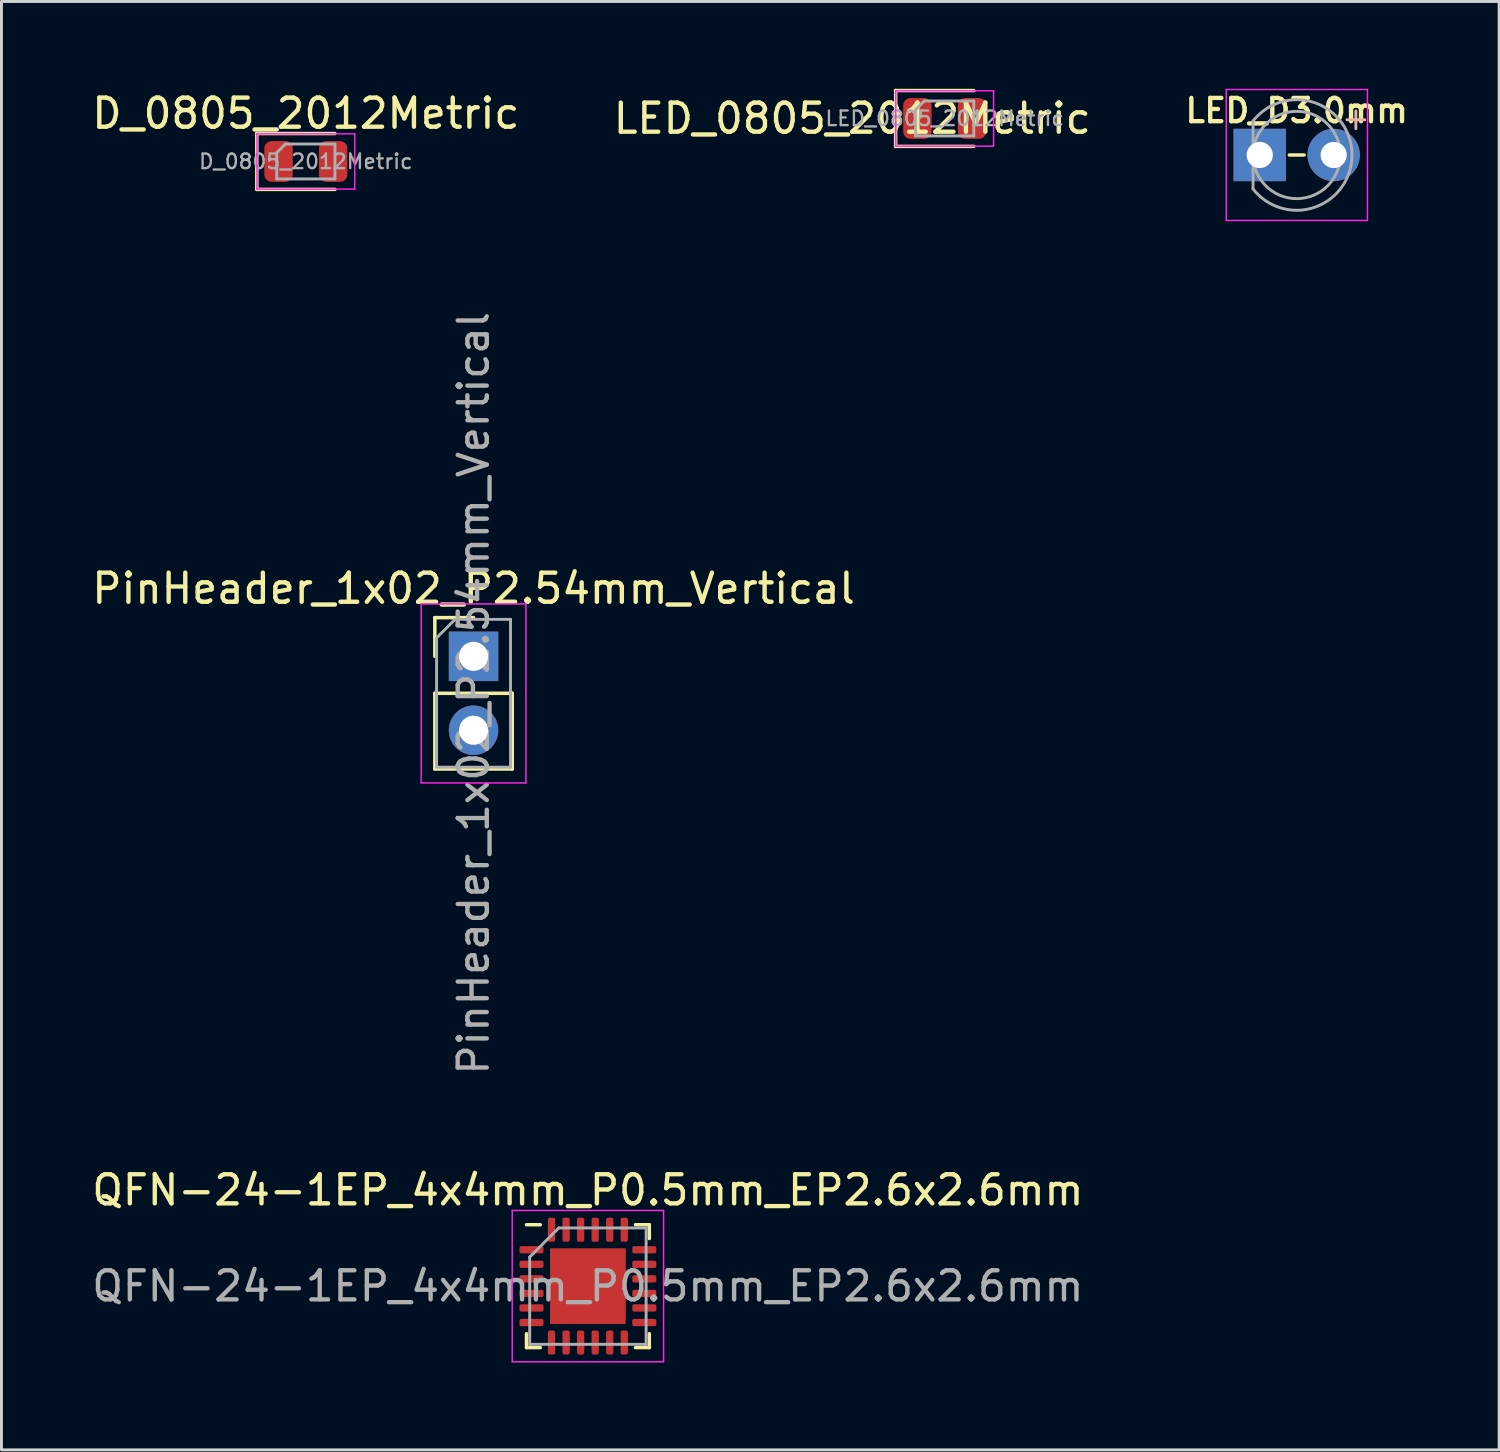
<source format=kicad_pcb>
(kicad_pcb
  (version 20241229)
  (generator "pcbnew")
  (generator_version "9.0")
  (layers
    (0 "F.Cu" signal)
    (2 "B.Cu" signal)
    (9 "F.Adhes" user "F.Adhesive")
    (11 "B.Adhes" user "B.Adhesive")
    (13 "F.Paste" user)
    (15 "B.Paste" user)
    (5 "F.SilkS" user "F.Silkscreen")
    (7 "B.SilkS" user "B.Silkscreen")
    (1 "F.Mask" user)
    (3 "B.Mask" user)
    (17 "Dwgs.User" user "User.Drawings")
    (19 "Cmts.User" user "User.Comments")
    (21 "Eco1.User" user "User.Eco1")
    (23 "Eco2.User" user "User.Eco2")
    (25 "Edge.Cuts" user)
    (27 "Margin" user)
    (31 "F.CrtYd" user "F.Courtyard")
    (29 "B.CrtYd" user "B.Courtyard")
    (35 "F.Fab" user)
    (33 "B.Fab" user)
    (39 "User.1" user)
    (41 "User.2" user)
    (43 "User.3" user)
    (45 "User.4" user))
  (footprint "PinHeader_1x02_P2.54mm_Vertical"
    (layer "F.Cu")
    (at 13.22 19.5)
    (property "Reference" "PinHeader_1x02_P2.54mm_Vertical" (at 0 -2.33 180) (layer "F.SilkS") (effects (font (size 1 1) (thickness 0.15))))
    (attr through_hole)
    (fp_line (start -1.33 -1.33) (end 0 -1.33) (stroke (width 0.12) (type solid)) (layer "F.SilkS"))
    (fp_line (start -1.33 0) (end -1.33 -1.33) (stroke (width 0.12) (type solid)) (layer "F.SilkS"))
    (fp_line (start -1.33 1.27) (end -1.33 3.87) (stroke (width 0.12) (type solid)) (layer "F.SilkS"))
    (fp_line (start -1.33 1.27) (end 1.33 1.27) (stroke (width 0.12) (type solid)) (layer "F.SilkS"))
    (fp_line (start -1.33 3.87) (end 1.33 3.87) (stroke (width 0.12) (type solid)) (layer "F.SilkS"))
    (fp_line (start 1.33 1.27) (end 1.33 3.87) (stroke (width 0.12) (type solid)) (layer "F.SilkS"))
    (fp_line (start -1.8 -1.8) (end -1.8 4.35) (stroke (width 0.05) (type solid)) (layer "F.CrtYd"))
    (fp_line (start -1.8 4.35) (end 1.8 4.35) (stroke (width 0.05) (type solid)) (layer "F.CrtYd"))
    (fp_line (start 1.8 -1.8) (end -1.8 -1.8) (stroke (width 0.05) (type solid)) (layer "F.CrtYd"))
    (fp_line (start 1.8 4.35) (end 1.8 -1.8) (stroke (width 0.05) (type solid)) (layer "F.CrtYd"))
    (fp_line (start -1.27 -0.635) (end -0.635 -1.27) (stroke (width 0.1) (type solid)) (layer "F.Fab"))
    (fp_line (start -1.27 3.81) (end -1.27 -0.635) (stroke (width 0.1) (type solid)) (layer "F.Fab"))
    (fp_line (start -0.635 -1.27) (end 1.27 -1.27) (stroke (width 0.1) (type solid)) (layer "F.Fab"))
    (fp_line (start 1.27 -1.27) (end 1.27 3.81) (stroke (width 0.1) (type solid)) (layer "F.Fab"))
    (fp_line (start 1.27 3.81) (end -1.27 3.81) (stroke (width 0.1) (type solid)) (layer "F.Fab"))
    (fp_text user "${REFERENCE}" (at 0 1.27 270) (layer "F.Fab") (effects (font (size 1 1) (thickness 0.15))))
    (pad "1" thru_hole rect (at 0 0) (size 1.7 1.7) (drill 1) (layers "*.Cu" "*.Mask"))
    (pad "2" thru_hole oval (at 0 2.54) (size 1.7 1.7) (drill 1) (layers "*.Cu" "*.Mask")))
  (footprint "LED_0805_2012Metric"
    (layer "F.Cu")
    (at 29.407 1.02)
    (property "Reference" "LED_0805_2012Metric" (at -3.175 0 180) (layer "F.SilkS") (effects (font (size 1 1) (thickness 0.15))))
    (attr smd)
    (fp_line (start -1.685 -0.96) (end -1.685 0.96) (stroke (width 0.12) (type solid)) (layer "F.SilkS"))
    (fp_line (start -1.685 0.96) (end 1 0.96) (stroke (width 0.12) (type solid)) (layer "F.SilkS"))
    (fp_line (start 1 -0.96) (end -1.685 -0.96) (stroke (width 0.12) (type solid)) (layer "F.SilkS"))
    (fp_line (start -1.68 -0.95) (end 1.68 -0.95) (stroke (width 0.05) (type solid)) (layer "F.CrtYd"))
    (fp_line (start -1.68 0.95) (end -1.68 -0.95) (stroke (width 0.05) (type solid)) (layer "F.CrtYd"))
    (fp_line (start 1.68 -0.95) (end 1.68 0.95) (stroke (width 0.05) (type solid)) (layer "F.CrtYd"))
    (fp_line (start 1.68 0.95) (end -1.68 0.95) (stroke (width 0.05) (type solid)) (layer "F.CrtYd"))
    (fp_line (start -1 -0.3) (end -1 0.6) (stroke (width 0.1) (type solid)) (layer "F.Fab"))
    (fp_line (start -1 0.6) (end 1 0.6) (stroke (width 0.1) (type solid)) (layer "F.Fab"))
    (fp_line (start -0.7 -0.6) (end -1 -0.3) (stroke (width 0.1) (type solid)) (layer "F.Fab"))
    (fp_line (start 1 -0.6) (end -0.7 -0.6) (stroke (width 0.1) (type solid)) (layer "F.Fab"))
    (fp_line (start 1 0.6) (end 1 -0.6) (stroke (width 0.1) (type solid)) (layer "F.Fab"))
    (fp_text user "${REFERENCE}" (at 0 0 180) (layer "F.Fab") (effects (font (size 0.5 0.5) (thickness 0.08))))
    (pad "1" smd roundrect (at -0.938 0) (size 0.975 1.4) (layers "F.Cu" "F.Mask" "F.Paste") (roundrect_rratio 0.25))
    (pad "2" smd roundrect (at 0.938 0) (size 0.975 1.4) (layers "F.Cu" "F.Mask" "F.Paste") (roundrect_rratio 0.25)))
  (footprint "LED_D3.0mm"
    (layer "F.Cu")
    (at 40.232 2.275)
    (property "Reference" "LED_D3.0mm" (at 1.27 -1.524 0) (layer "F.SilkS") (effects (font (size 0.8 0.8) (thickness 0.15))))
    (attr through_hole)
    (fp_line (start 1.016 0) (end 1.524 0) (stroke (width 0.12) (type solid)) (layer "F.SilkS"))
    (fp_line (start -1.15 -2.25) (end -1.15 2.25) (stroke (width 0.05) (type solid)) (layer "F.CrtYd"))
    (fp_line (start -1.15 2.25) (end 3.7 2.25) (stroke (width 0.05) (type solid)) (layer "F.CrtYd"))
    (fp_line (start 3.7 -2.25) (end -1.15 -2.25) (stroke (width 0.05) (type solid)) (layer "F.CrtYd"))
    (fp_line (start 3.7 2.25) (end 3.7 -2.25) (stroke (width 0.05) (type solid)) (layer "F.CrtYd"))
    (fp_line (start -0.23 -1.166) (end -0.23 1.166) (stroke (width 0.1) (type solid)) (layer "F.Fab"))
    (fp_arc (start -0.23 -1.16619) (mid 3.17 0.000452) (end -0.230555 1.165476) (stroke (width 0.1) (type solid)) (layer "F.Fab"))
    (fp_circle (center 1.27 0) (end 2.77 0) (stroke (width 0.1) (type solid)) (fill no) (layer "F.Fab"))
    (fp_text user "+" (at 3.302 -1.27 0) (layer "B.SilkS") (effects (font (size 0.8 0.8) (thickness 0.1))))
    (pad "1" thru_hole rect (at 0 0) (size 1.8 1.8) (drill 0.9) (layers "*.Cu" "*.Mask"))
    (pad "2" thru_hole circle (at 2.54 0) (size 1.8 1.8) (drill 0.9) (layers "*.Cu" "*.Mask")))
  (footprint "D_0805_2012Metric"
    (layer "F.Cu")
    (at 7.458 2.498)
    (property "Reference" "D_0805_2012Metric" (at 0 -1.65 0) (layer "F.SilkS") (effects (font (size 1 1) (thickness 0.15))))
    (attr smd)
    (fp_line (start -1.685 -0.96) (end -1.685 0.96) (stroke (width 0.12) (type solid)) (layer "F.SilkS"))
    (fp_line (start -1.685 0.96) (end 1 0.96) (stroke (width 0.12) (type solid)) (layer "F.SilkS"))
    (fp_line (start 1 -0.96) (end -1.685 -0.96) (stroke (width 0.12) (type solid)) (layer "F.SilkS"))
    (fp_line (start -1.68 -0.95) (end 1.68 -0.95) (stroke (width 0.05) (type solid)) (layer "F.CrtYd"))
    (fp_line (start -1.68 0.95) (end -1.68 -0.95) (stroke (width 0.05) (type solid)) (layer "F.CrtYd"))
    (fp_line (start 1.68 -0.95) (end 1.68 0.95) (stroke (width 0.05) (type solid)) (layer "F.CrtYd"))
    (fp_line (start 1.68 0.95) (end -1.68 0.95) (stroke (width 0.05) (type solid)) (layer "F.CrtYd"))
    (fp_line (start -1 -0.3) (end -1 0.6) (stroke (width 0.1) (type solid)) (layer "F.Fab"))
    (fp_line (start -1 0.6) (end 1 0.6) (stroke (width 0.1) (type solid)) (layer "F.Fab"))
    (fp_line (start -0.7 -0.6) (end -1 -0.3) (stroke (width 0.1) (type solid)) (layer "F.Fab"))
    (fp_line (start 1 -0.6) (end -0.7 -0.6) (stroke (width 0.1) (type solid)) (layer "F.Fab"))
    (fp_line (start 1 0.6) (end 1 -0.6) (stroke (width 0.1) (type solid)) (layer "F.Fab"))
    (fp_text user "${REFERENCE}" (at 0 0 0) (layer "F.Fab") (effects (font (size 0.5 0.5) (thickness 0.08))))
    (pad "1" smd roundrect (at -0.938 0) (size 0.975 1.4) (layers "F.Cu" "F.Mask" "F.Paste") (roundrect_rratio 0.25))
    (pad "2" smd roundrect (at 0.938 0) (size 0.975 1.4) (layers "F.Cu" "F.Mask" "F.Paste") (roundrect_rratio 0.25)))
  (footprint "QFN-24-1EP_4x4mm_P0.5mm_EP2.6x2.6mm"
    (layer "F.Cu")
    (at 17.149 41.139)
    (property "Reference" "QFN-24-1EP_4x4mm_P0.5mm_EP2.6x2.6mm" (at 0 -3.3 0) (layer "F.SilkS") (effects (font (size 1 1) (thickness 0.15))))
    (attr smd)
    (fp_line (start -2.11 2.11) (end -2.11 1.635) (stroke (width 0.12) (type solid)) (layer "F.SilkS"))
    (fp_line (start -1.635 -2.11) (end -2.11 -2.11) (stroke (width 0.12) (type solid)) (layer "F.SilkS"))
    (fp_line (start -1.635 2.11) (end -2.11 2.11) (stroke (width 0.12) (type solid)) (layer "F.SilkS"))
    (fp_line (start 1.635 -2.11) (end 2.11 -2.11) (stroke (width 0.12) (type solid)) (layer "F.SilkS"))
    (fp_line (start 1.635 2.11) (end 2.11 2.11) (stroke (width 0.12) (type solid)) (layer "F.SilkS"))
    (fp_line (start 2.11 -2.11) (end 2.11 -1.635) (stroke (width 0.12) (type solid)) (layer "F.SilkS"))
    (fp_line (start 2.11 2.11) (end 2.11 1.635) (stroke (width 0.12) (type solid)) (layer "F.SilkS"))
    (fp_line (start -2.6 -2.6) (end -2.6 2.6) (stroke (width 0.05) (type solid)) (layer "F.CrtYd"))
    (fp_line (start -2.6 2.6) (end 2.6 2.6) (stroke (width 0.05) (type solid)) (layer "F.CrtYd"))
    (fp_line (start 2.6 -2.6) (end -2.6 -2.6) (stroke (width 0.05) (type solid)) (layer "F.CrtYd"))
    (fp_line (start 2.6 2.6) (end 2.6 -2.6) (stroke (width 0.05) (type solid)) (layer "F.CrtYd"))
    (fp_line (start -2 -1) (end -1 -2) (stroke (width 0.1) (type solid)) (layer "F.Fab"))
    (fp_line (start -2 2) (end -2 -1) (stroke (width 0.1) (type solid)) (layer "F.Fab"))
    (fp_line (start -1 -2) (end 2 -2) (stroke (width 0.1) (type solid)) (layer "F.Fab"))
    (fp_line (start 2 -2) (end 2 2) (stroke (width 0.1) (type solid)) (layer "F.Fab"))
    (fp_line (start 2 2) (end -2 2) (stroke (width 0.1) (type solid)) (layer "F.Fab"))
    (fp_text user "${REFERENCE}" (at 0 0 0) (layer "F.Fab") (effects (font (size 1 1) (thickness 0.15))))
    (pad "" smd roundrect (at -0.65 -0.65) (size 1.05 1.05) (layers "F.Paste") (roundrect_rratio 0.238))
    (pad "" smd roundrect (at -0.65 0.65) (size 1.05 1.05) (layers "F.Paste") (roundrect_rratio 0.238))
    (pad "" smd roundrect (at 0.65 -0.65) (size 1.05 1.05) (layers "F.Paste") (roundrect_rratio 0.238))
    (pad "" smd roundrect (at 0.65 0.65) (size 1.05 1.05) (layers "F.Paste") (roundrect_rratio 0.238))
    (pad "1" smd roundrect (at -1.938 -1.25) (size 0.825 0.25) (layers "F.Cu" "F.Mask" "F.Paste") (roundrect_rratio 0.25))
    (pad "2" smd roundrect (at -1.938 -0.75) (size 0.825 0.25) (layers "F.Cu" "F.Mask" "F.Paste") (roundrect_rratio 0.25))
    (pad "3" smd roundrect (at -1.938 -0.25) (size 0.825 0.25) (layers "F.Cu" "F.Mask" "F.Paste") (roundrect_rratio 0.25))
    (pad "4" smd roundrect (at -1.938 0.25) (size 0.825 0.25) (layers "F.Cu" "F.Mask" "F.Paste") (roundrect_rratio 0.25))
    (pad "5" smd roundrect (at -1.938 0.75) (size 0.825 0.25) (layers "F.Cu" "F.Mask" "F.Paste") (roundrect_rratio 0.25))
    (pad "6" smd roundrect (at -1.938 1.25) (size 0.825 0.25) (layers "F.Cu" "F.Mask" "F.Paste") (roundrect_rratio 0.25))
    (pad "7" smd roundrect (at -1.25 1.938) (size 0.25 0.825) (layers "F.Cu" "F.Mask" "F.Paste") (roundrect_rratio 0.25))
    (pad "8" smd roundrect (at -0.75 1.938) (size 0.25 0.825) (layers "F.Cu" "F.Mask" "F.Paste") (roundrect_rratio 0.25))
    (pad "9" smd roundrect (at -0.25 1.938) (size 0.25 0.825) (layers "F.Cu" "F.Mask" "F.Paste") (roundrect_rratio 0.25))
    (pad "10" smd roundrect (at 0.25 1.938) (size 0.25 0.825) (layers "F.Cu" "F.Mask" "F.Paste") (roundrect_rratio 0.25))
    (pad "11" smd roundrect (at 0.75 1.938) (size 0.25 0.825) (layers "F.Cu" "F.Mask" "F.Paste") (roundrect_rratio 0.25))
    (pad "12" smd roundrect (at 1.25 1.938) (size 0.25 0.825) (layers "F.Cu" "F.Mask" "F.Paste") (roundrect_rratio 0.25))
    (pad "13" smd roundrect (at 1.938 1.25) (size 0.825 0.25) (layers "F.Cu" "F.Mask" "F.Paste") (roundrect_rratio 0.25))
    (pad "14" smd roundrect (at 1.938 0.75) (size 0.825 0.25) (layers "F.Cu" "F.Mask" "F.Paste") (roundrect_rratio 0.25))
    (pad "15" smd roundrect (at 1.938 0.25) (size 0.825 0.25) (layers "F.Cu" "F.Mask" "F.Paste") (roundrect_rratio 0.25))
    (pad "16" smd roundrect (at 1.938 -0.25) (size 0.825 0.25) (layers "F.Cu" "F.Mask" "F.Paste") (roundrect_rratio 0.25))
    (pad "17" smd roundrect (at 1.938 -0.75) (size 0.825 0.25) (layers "F.Cu" "F.Mask" "F.Paste") (roundrect_rratio 0.25))
    (pad "18" smd roundrect (at 1.938 -1.25) (size 0.825 0.25) (layers "F.Cu" "F.Mask" "F.Paste") (roundrect_rratio 0.25))
    (pad "19" smd roundrect (at 1.25 -1.938) (size 0.25 0.825) (layers "F.Cu" "F.Mask" "F.Paste") (roundrect_rratio 0.25))
    (pad "20" smd roundrect (at 0.75 -1.938) (size 0.25 0.825) (layers "F.Cu" "F.Mask" "F.Paste") (roundrect_rratio 0.25))
    (pad "21" smd roundrect (at 0.25 -1.938) (size 0.25 0.825) (layers "F.Cu" "F.Mask" "F.Paste") (roundrect_rratio 0.25))
    (pad "22" smd roundrect (at -0.25 -1.938) (size 0.25 0.825) (layers "F.Cu" "F.Mask" "F.Paste") (roundrect_rratio 0.25))
    (pad "23" smd roundrect (at -0.75 -1.938) (size 0.25 0.825) (layers "F.Cu" "F.Mask" "F.Paste") (roundrect_rratio 0.25))
    (pad "24" smd roundrect (at -1.25 -1.938) (size 0.25 0.825) (layers "F.Cu" "F.Mask" "F.Paste") (roundrect_rratio 0.25))
    (pad "25" smd rect (at 0 0) (size 2.6 2.6) (layers "F.Cu" "F.Mask")))
  (gr_rect
    (start -3 -3)
    (end 48.457 46.764)
    (stroke (width 0.1) (type default))
    (fill no)
    (layer "Edge.Cuts")))
</source>
